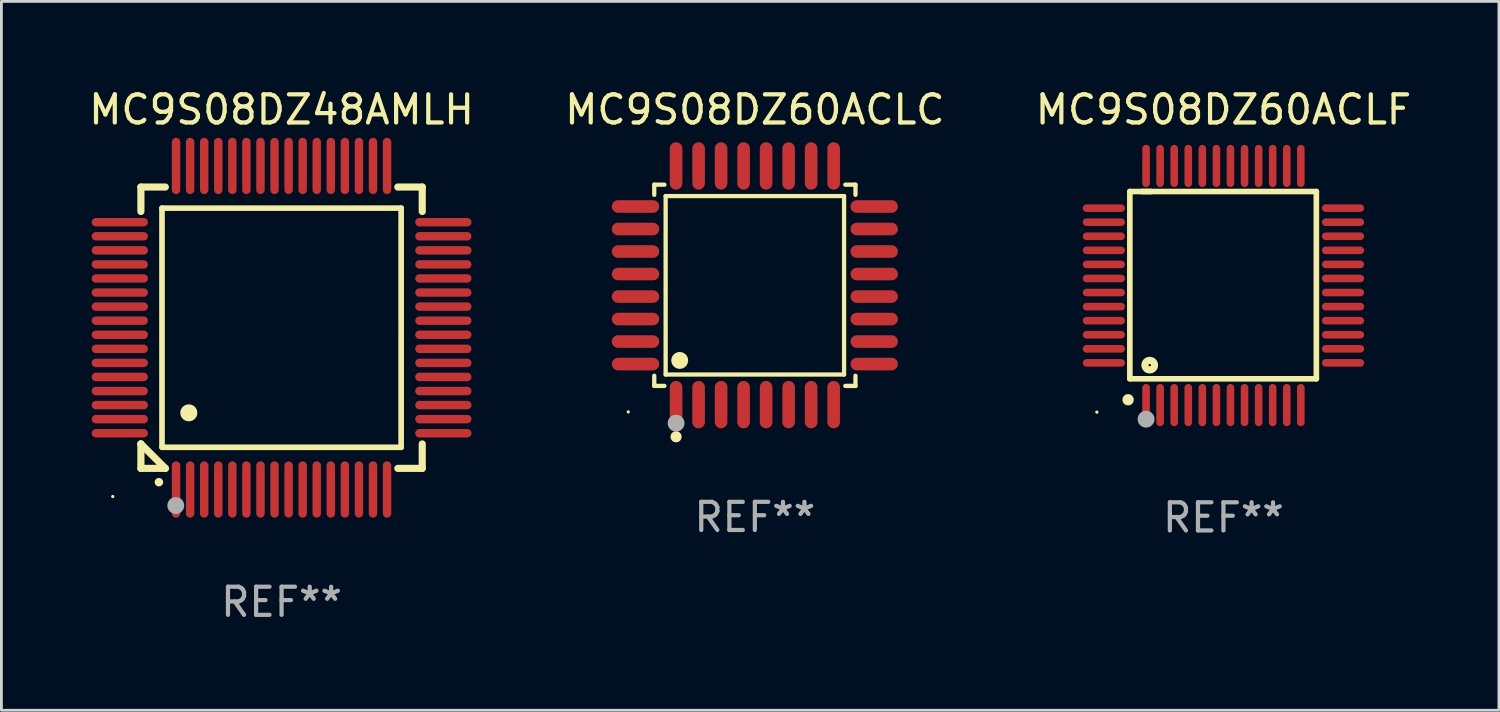
<source format=kicad_pcb>
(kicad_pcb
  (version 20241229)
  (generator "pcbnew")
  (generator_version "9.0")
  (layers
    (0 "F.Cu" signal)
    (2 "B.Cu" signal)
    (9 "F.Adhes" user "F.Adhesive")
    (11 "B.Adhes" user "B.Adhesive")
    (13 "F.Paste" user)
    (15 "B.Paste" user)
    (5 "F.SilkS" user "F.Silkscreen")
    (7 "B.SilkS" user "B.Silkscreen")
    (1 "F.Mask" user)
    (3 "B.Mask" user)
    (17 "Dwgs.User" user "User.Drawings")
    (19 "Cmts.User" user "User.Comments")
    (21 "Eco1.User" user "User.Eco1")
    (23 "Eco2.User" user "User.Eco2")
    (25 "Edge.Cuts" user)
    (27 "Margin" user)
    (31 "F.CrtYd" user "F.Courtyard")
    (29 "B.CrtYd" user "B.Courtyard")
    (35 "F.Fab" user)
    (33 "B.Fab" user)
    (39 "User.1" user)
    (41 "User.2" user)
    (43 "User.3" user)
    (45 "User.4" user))
  (footprint "MC9S08DZ48AMLH"
    (layer "F.Cu")
    (at 6.958 8.598)
    (property "Reference" "MC9S08DZ48AMLH" (at 0 -7.75 0) (layer "F.SilkS") (effects (font (size 1 1) (thickness 0.15))))
    (attr through_hole)
    (fp_line (start -5 -5) (end -4.131 -5) (stroke (width 0.254) (type solid)) (layer "F.SilkS"))
    (fp_line (start -5 -4.131) (end -5 -5) (stroke (width 0.254) (type solid)) (layer "F.SilkS"))
    (fp_line (start -5 4.131) (end -5 4.131) (stroke (width 0.254) (type solid)) (layer "F.SilkS"))
    (fp_line (start -5 5) (end -5 4.131) (stroke (width 0.254) (type solid)) (layer "F.SilkS"))
    (fp_line (start -5 4.131) (end -4.131 5) (stroke (width 0.254) (type solid)) (layer "F.SilkS"))
    (fp_line (start -4.25 -4.25) (end -4.25 4.25) (stroke (width 0.2) (type solid)) (layer "F.SilkS"))
    (fp_line (start -4.25 4.25) (end 4.25 4.25) (stroke (width 0.2) (type solid)) (layer "F.SilkS"))
    (fp_line (start -4.131 5) (end -5 5) (stroke (width 0.254) (type solid)) (layer "F.SilkS"))
    (fp_line (start 4.25 -4.25) (end -4.25 -4.25) (stroke (width 0.2) (type solid)) (layer "F.SilkS"))
    (fp_line (start 4.25 4.25) (end 4.25 -4.25) (stroke (width 0.2) (type solid)) (layer "F.SilkS"))
    (fp_line (start 5 -5) (end 4.131 -5) (stroke (width 0.254) (type solid)) (layer "F.SilkS"))
    (fp_line (start 5 -5) (end 5 -4.131) (stroke (width 0.254) (type solid)) (layer "F.SilkS"))
    (fp_line (start 5 4.131) (end 5 5) (stroke (width 0.254) (type solid)) (layer "F.SilkS"))
    (fp_line (start 5 5) (end 4.131 5) (stroke (width 0.254) (type solid)) (layer "F.SilkS"))
    (fp_arc (start -4.361265 5.489992) (mid -4.359995 5.489987) (end -4.358725 5.489992) (stroke (width 0.3) (type solid)) (layer "F.SilkS"))
    (fp_arc (start -3.299467 3.025146) (mid -3.296927 3.025135) (end -3.294387 3.025146) (stroke (width 0.6) (type solid)) (layer "F.SilkS"))
    (fp_circle (center -6 6) (end -5.97 6) (stroke (width 0.06) (type solid)) (fill no) (layer "F.SilkS"))
    (fp_circle (center -3.76 6.32) (end -3.61 6.32) (stroke (width 0.3) (type solid)) (fill no) (layer "F.Fab"))
    (fp_text user "REF**" (at 0 9.75 0) (layer "F.Fab") (effects (font (size 1 1) (thickness 0.15))))
    (pad "1" smd oval (at -3.75 5.75) (size 0.3 2) (layers "F.Cu" "F.Mask" "F.Paste"))
    (pad "2" smd oval (at -3.25 5.75) (size 0.3 2) (layers "F.Cu" "F.Mask" "F.Paste"))
    (pad "3" smd oval (at -2.75 5.75) (size 0.3 2) (layers "F.Cu" "F.Mask" "F.Paste"))
    (pad "4" smd oval (at -2.25 5.75) (size 0.3 2) (layers "F.Cu" "F.Mask" "F.Paste"))
    (pad "5" smd oval (at -1.75 5.75) (size 0.3 2) (layers "F.Cu" "F.Mask" "F.Paste"))
    (pad "6" smd oval (at -1.25 5.75) (size 0.3 2) (layers "F.Cu" "F.Mask" "F.Paste"))
    (pad "7" smd oval (at -0.75 5.75) (size 0.3 2) (layers "F.Cu" "F.Mask" "F.Paste"))
    (pad "8" smd oval (at -0.25 5.75) (size 0.3 2) (layers "F.Cu" "F.Mask" "F.Paste"))
    (pad "9" smd oval (at 0.25 5.75) (size 0.3 2) (layers "F.Cu" "F.Mask" "F.Paste"))
    (pad "10" smd oval (at 0.75 5.75) (size 0.3 2) (layers "F.Cu" "F.Mask" "F.Paste"))
    (pad "11" smd oval (at 1.25 5.75) (size 0.3 2) (layers "F.Cu" "F.Mask" "F.Paste"))
    (pad "12" smd oval (at 1.75 5.75) (size 0.3 2) (layers "F.Cu" "F.Mask" "F.Paste"))
    (pad "13" smd oval (at 2.25 5.75) (size 0.3 2) (layers "F.Cu" "F.Mask" "F.Paste"))
    (pad "14" smd oval (at 2.75 5.75) (size 0.3 2) (layers "F.Cu" "F.Mask" "F.Paste"))
    (pad "15" smd oval (at 3.25 5.75) (size 0.3 2) (layers "F.Cu" "F.Mask" "F.Paste"))
    (pad "16" smd oval (at 3.75 5.75) (size 0.3 2) (layers "F.Cu" "F.Mask" "F.Paste"))
    (pad "17" smd oval (at 5.75 3.75) (size 2 0.3) (layers "F.Cu" "F.Mask" "F.Paste"))
    (pad "18" smd oval (at 5.75 3.25) (size 2 0.3) (layers "F.Cu" "F.Mask" "F.Paste"))
    (pad "19" smd oval (at 5.75 2.75) (size 2 0.3) (layers "F.Cu" "F.Mask" "F.Paste"))
    (pad "20" smd oval (at 5.75 2.25) (size 2 0.3) (layers "F.Cu" "F.Mask" "F.Paste"))
    (pad "21" smd oval (at 5.75 1.75) (size 2 0.3) (layers "F.Cu" "F.Mask" "F.Paste"))
    (pad "22" smd oval (at 5.75 1.25) (size 2 0.3) (layers "F.Cu" "F.Mask" "F.Paste"))
    (pad "23" smd oval (at 5.75 0.75) (size 2 0.3) (layers "F.Cu" "F.Mask" "F.Paste"))
    (pad "24" smd oval (at 5.75 0.25) (size 2 0.3) (layers "F.Cu" "F.Mask" "F.Paste"))
    (pad "25" smd oval (at 5.75 -0.25) (size 2 0.3) (layers "F.Cu" "F.Mask" "F.Paste"))
    (pad "26" smd oval (at 5.75 -0.75) (size 2 0.3) (layers "F.Cu" "F.Mask" "F.Paste"))
    (pad "27" smd oval (at 5.75 -1.25) (size 2 0.3) (layers "F.Cu" "F.Mask" "F.Paste"))
    (pad "28" smd oval (at 5.75 -1.75) (size 2 0.3) (layers "F.Cu" "F.Mask" "F.Paste"))
    (pad "29" smd oval (at 5.75 -2.25) (size 2 0.3) (layers "F.Cu" "F.Mask" "F.Paste"))
    (pad "30" smd oval (at 5.75 -2.75) (size 2 0.3) (layers "F.Cu" "F.Mask" "F.Paste"))
    (pad "31" smd oval (at 5.75 -3.25) (size 2 0.3) (layers "F.Cu" "F.Mask" "F.Paste"))
    (pad "32" smd oval (at 5.75 -3.75) (size 2 0.3) (layers "F.Cu" "F.Mask" "F.Paste"))
    (pad "33" smd oval (at 3.75 -5.75) (size 0.3 2) (layers "F.Cu" "F.Mask" "F.Paste"))
    (pad "34" smd oval (at 3.25 -5.75) (size 0.3 2) (layers "F.Cu" "F.Mask" "F.Paste"))
    (pad "35" smd oval (at 2.75 -5.75) (size 0.3 2) (layers "F.Cu" "F.Mask" "F.Paste"))
    (pad "36" smd oval (at 2.25 -5.75) (size 0.3 2) (layers "F.Cu" "F.Mask" "F.Paste"))
    (pad "37" smd oval (at 1.75 -5.75) (size 0.3 2) (layers "F.Cu" "F.Mask" "F.Paste"))
    (pad "38" smd oval (at 1.25 -5.75) (size 0.3 2) (layers "F.Cu" "F.Mask" "F.Paste"))
    (pad "39" smd oval (at 0.75 -5.75) (size 0.3 2) (layers "F.Cu" "F.Mask" "F.Paste"))
    (pad "40" smd oval (at 0.25 -5.75) (size 0.3 2) (layers "F.Cu" "F.Mask" "F.Paste"))
    (pad "41" smd oval (at -0.25 -5.75) (size 0.3 2) (layers "F.Cu" "F.Mask" "F.Paste"))
    (pad "42" smd oval (at -0.75 -5.75) (size 0.3 2) (layers "F.Cu" "F.Mask" "F.Paste"))
    (pad "43" smd oval (at -1.25 -5.75) (size 0.3 2) (layers "F.Cu" "F.Mask" "F.Paste"))
    (pad "44" smd oval (at -1.75 -5.75) (size 0.3 2) (layers "F.Cu" "F.Mask" "F.Paste"))
    (pad "45" smd oval (at -2.25 -5.75) (size 0.3 2) (layers "F.Cu" "F.Mask" "F.Paste"))
    (pad "46" smd oval (at -2.75 -5.75) (size 0.3 2) (layers "F.Cu" "F.Mask" "F.Paste"))
    (pad "47" smd oval (at -3.25 -5.75) (size 0.3 2) (layers "F.Cu" "F.Mask" "F.Paste"))
    (pad "48" smd oval (at -3.75 -5.75) (size 0.3 2) (layers "F.Cu" "F.Mask" "F.Paste"))
    (pad "49" smd oval (at -5.75 -3.75) (size 2 0.3) (layers "F.Cu" "F.Mask" "F.Paste"))
    (pad "50" smd oval (at -5.75 -3.25) (size 2 0.3) (layers "F.Cu" "F.Mask" "F.Paste"))
    (pad "51" smd oval (at -5.75 -2.75) (size 2 0.3) (layers "F.Cu" "F.Mask" "F.Paste"))
    (pad "52" smd oval (at -5.75 -2.25) (size 2 0.3) (layers "F.Cu" "F.Mask" "F.Paste"))
    (pad "53" smd oval (at -5.75 -1.75) (size 2 0.3) (layers "F.Cu" "F.Mask" "F.Paste"))
    (pad "54" smd oval (at -5.75 -1.25) (size 2 0.3) (layers "F.Cu" "F.Mask" "F.Paste"))
    (pad "55" smd oval (at -5.75 -0.75) (size 2 0.3) (layers "F.Cu" "F.Mask" "F.Paste"))
    (pad "56" smd oval (at -5.75 -0.25) (size 2 0.3) (layers "F.Cu" "F.Mask" "F.Paste"))
    (pad "57" smd oval (at -5.75 0.25) (size 2 0.3) (layers "F.Cu" "F.Mask" "F.Paste"))
    (pad "58" smd oval (at -5.75 0.75) (size 2 0.3) (layers "F.Cu" "F.Mask" "F.Paste"))
    (pad "59" smd oval (at -5.75 1.25) (size 2 0.3) (layers "F.Cu" "F.Mask" "F.Paste"))
    (pad "60" smd oval (at -5.75 1.75) (size 2 0.3) (layers "F.Cu" "F.Mask" "F.Paste"))
    (pad "61" smd oval (at -5.75 2.25) (size 2 0.3) (layers "F.Cu" "F.Mask" "F.Paste"))
    (pad "62" smd oval (at -5.75 2.75) (size 2 0.3) (layers "F.Cu" "F.Mask" "F.Paste"))
    (pad "63" smd oval (at -5.75 3.25) (size 2 0.3) (layers "F.Cu" "F.Mask" "F.Paste"))
    (pad "64" smd oval (at -5.75 3.75) (size 2 0.3) (layers "F.Cu" "F.Mask" "F.Paste")))
  (footprint "MC9S08DZ60ACLC"
    (layer "F.Cu")
    (at 23.78 7.09)
    (property "Reference" "MC9S08DZ60ACLC" (at 0 -6.242 0) (layer "F.SilkS") (effects (font (size 1 1) (thickness 0.15))))
    (attr through_hole)
    (fp_line (start -3.576 -3.576) (end -3.215 -3.576) (stroke (width 0.152) (type solid)) (layer "F.SilkS"))
    (fp_line (start -3.576 -3.215) (end -3.576 -3.576) (stroke (width 0.152) (type solid)) (layer "F.SilkS"))
    (fp_line (start -3.576 3.215) (end -3.576 3.576) (stroke (width 0.152) (type solid)) (layer "F.SilkS"))
    (fp_line (start -3.576 3.576) (end -3.215 3.576) (stroke (width 0.152) (type solid)) (layer "F.SilkS"))
    (fp_line (start -3.171 -3.171) (end 3.171 -3.171) (stroke (width 0.152) (type solid)) (layer "F.SilkS"))
    (fp_line (start -3.171 3.171) (end -3.171 -3.171) (stroke (width 0.152) (type solid)) (layer "F.SilkS"))
    (fp_line (start 3.171 -3.171) (end 3.171 3.171) (stroke (width 0.152) (type solid)) (layer "F.SilkS"))
    (fp_line (start 3.171 3.171) (end -3.171 3.171) (stroke (width 0.152) (type solid)) (layer "F.SilkS"))
    (fp_line (start 3.576 -3.576) (end 3.215 -3.576) (stroke (width 0.152) (type solid)) (layer "F.SilkS"))
    (fp_line (start 3.576 -3.215) (end 3.576 -3.576) (stroke (width 0.152) (type solid)) (layer "F.SilkS"))
    (fp_line (start 3.576 3.215) (end 3.576 3.576) (stroke (width 0.152) (type solid)) (layer "F.SilkS"))
    (fp_line (start 3.576 3.576) (end 3.215 3.576) (stroke (width 0.152) (type solid)) (layer "F.SilkS"))
    (fp_circle (center -4.5 4.5) (end -4.47 4.5) (stroke (width 0.06) (type solid)) (fill no) (layer "F.SilkS"))
    (fp_circle (center -2.8 5.384) (end -2.7 5.384) (stroke (width 0.2) (type solid)) (fill no) (layer "F.SilkS"))
    (fp_circle (center -2.671 2.671) (end -2.521 2.671) (stroke (width 0.3) (type solid)) (fill no) (layer "F.SilkS"))
    (fp_circle (center -2.8 4.9) (end -2.65 4.9) (stroke (width 0.3) (type solid)) (fill no) (layer "F.Fab"))
    (fp_text user "REF**" (at 0 8.242 0) (layer "F.Fab") (effects (font (size 1 1) (thickness 0.15))))
    (pad "1" smd oval (at -2.8 4.242) (size 0.448 1.684) (layers "F.Cu" "F.Mask" "F.Paste"))
    (pad "2" smd oval (at -2 4.242) (size 0.448 1.684) (layers "F.Cu" "F.Mask" "F.Paste"))
    (pad "3" smd oval (at -1.2 4.242) (size 0.448 1.684) (layers "F.Cu" "F.Mask" "F.Paste"))
    (pad "4" smd oval (at -0.4 4.242) (size 0.448 1.684) (layers "F.Cu" "F.Mask" "F.Paste"))
    (pad "5" smd oval (at 0.4 4.242) (size 0.448 1.684) (layers "F.Cu" "F.Mask" "F.Paste"))
    (pad "6" smd oval (at 1.2 4.242) (size 0.448 1.684) (layers "F.Cu" "F.Mask" "F.Paste"))
    (pad "7" smd oval (at 2 4.242) (size 0.448 1.684) (layers "F.Cu" "F.Mask" "F.Paste"))
    (pad "8" smd oval (at 2.8 4.242) (size 0.448 1.684) (layers "F.Cu" "F.Mask" "F.Paste"))
    (pad "9" smd oval (at 4.242 2.8) (size 1.684 0.448) (layers "F.Cu" "F.Mask" "F.Paste"))
    (pad "10" smd oval (at 4.242 2) (size 1.684 0.448) (layers "F.Cu" "F.Mask" "F.Paste"))
    (pad "11" smd oval (at 4.242 1.2) (size 1.684 0.448) (layers "F.Cu" "F.Mask" "F.Paste"))
    (pad "12" smd oval (at 4.242 0.4) (size 1.684 0.448) (layers "F.Cu" "F.Mask" "F.Paste"))
    (pad "13" smd oval (at 4.242 -0.4) (size 1.684 0.448) (layers "F.Cu" "F.Mask" "F.Paste"))
    (pad "14" smd oval (at 4.242 -1.2) (size 1.684 0.448) (layers "F.Cu" "F.Mask" "F.Paste"))
    (pad "15" smd oval (at 4.242 -2) (size 1.684 0.448) (layers "F.Cu" "F.Mask" "F.Paste"))
    (pad "16" smd oval (at 4.242 -2.8) (size 1.684 0.448) (layers "F.Cu" "F.Mask" "F.Paste"))
    (pad "17" smd oval (at 2.8 -4.242) (size 0.448 1.684) (layers "F.Cu" "F.Mask" "F.Paste"))
    (pad "18" smd oval (at 2 -4.242) (size 0.448 1.684) (layers "F.Cu" "F.Mask" "F.Paste"))
    (pad "19" smd oval (at 1.2 -4.242) (size 0.448 1.684) (layers "F.Cu" "F.Mask" "F.Paste"))
    (pad "20" smd oval (at 0.4 -4.242) (size 0.448 1.684) (layers "F.Cu" "F.Mask" "F.Paste"))
    (pad "21" smd oval (at -0.4 -4.242) (size 0.448 1.684) (layers "F.Cu" "F.Mask" "F.Paste"))
    (pad "22" smd oval (at -1.2 -4.242) (size 0.448 1.684) (layers "F.Cu" "F.Mask" "F.Paste"))
    (pad "23" smd oval (at -2 -4.242) (size 0.448 1.684) (layers "F.Cu" "F.Mask" "F.Paste"))
    (pad "24" smd oval (at -2.8 -4.242) (size 0.448 1.684) (layers "F.Cu" "F.Mask" "F.Paste"))
    (pad "25" smd oval (at -4.242 -2.8) (size 1.684 0.448) (layers "F.Cu" "F.Mask" "F.Paste"))
    (pad "26" smd oval (at -4.242 -2) (size 1.684 0.448) (layers "F.Cu" "F.Mask" "F.Paste"))
    (pad "27" smd oval (at -4.242 -1.2) (size 1.684 0.448) (layers "F.Cu" "F.Mask" "F.Paste"))
    (pad "28" smd oval (at -4.242 -0.4) (size 1.684 0.448) (layers "F.Cu" "F.Mask" "F.Paste"))
    (pad "29" smd oval (at -4.242 0.4) (size 1.684 0.448) (layers "F.Cu" "F.Mask" "F.Paste"))
    (pad "30" smd oval (at -4.242 1.2) (size 1.684 0.448) (layers "F.Cu" "F.Mask" "F.Paste"))
    (pad "31" smd oval (at -4.242 2) (size 1.684 0.448) (layers "F.Cu" "F.Mask" "F.Paste"))
    (pad "32" smd oval (at -4.242 2.8) (size 1.684 0.448) (layers "F.Cu" "F.Mask" "F.Paste")))
  (footprint "MC9S08DZ60ACLF"
    (layer "F.Cu")
    (at 40.435 7.098)
    (property "Reference" "MC9S08DZ60ACLF" (at 0 -6.25 0) (layer "F.SilkS") (effects (font (size 1 1) (thickness 0.15))))
    (attr through_hole)
    (fp_line (start -3.327 -3.34) (end -2.565 -3.34) (stroke (width 0.2) (type solid)) (layer "F.SilkS"))
    (fp_line (start -3.327 3.315) (end -3.327 -3.34) (stroke (width 0.2) (type solid)) (layer "F.SilkS"))
    (fp_line (start -2.896 -3.34) (end 3.302 -3.34) (stroke (width 0.2) (type solid)) (layer "F.SilkS"))
    (fp_line (start 3.302 -3.34) (end 3.302 3.315) (stroke (width 0.2) (type solid)) (layer "F.SilkS"))
    (fp_line (start 3.302 3.315) (end -3.327 3.315) (stroke (width 0.2) (type solid)) (layer "F.SilkS"))
    (fp_arc (start -3.389992 4.059995) (mid -3.388722 4.059991) (end -3.387452 4.059995) (stroke (width 0.4) (type solid)) (layer "F.SilkS"))
    (fp_circle (center -4.5 4.5) (end -4.47 4.5) (stroke (width 0.06) (type solid)) (fill no) (layer "F.SilkS"))
    (fp_circle (center -2.62 2.83) (end -2.45 2.83) (stroke (width 0.254) (type solid)) (fill no) (layer "F.SilkS"))
    (fp_circle (center -2.75 4.75) (end -2.6 4.75) (stroke (width 0.3) (type solid)) (fill no) (layer "F.Fab"))
    (fp_text user "REF**" (at 0 8.25 0) (layer "F.Fab") (effects (font (size 1 1) (thickness 0.15))))
    (pad "1" smd oval (at -2.75 4.25) (size 0.27 1.5) (layers "F.Cu" "F.Mask" "F.Paste"))
    (pad "2" smd oval (at -2.25 4.25) (size 0.27 1.5) (layers "F.Cu" "F.Mask" "F.Paste"))
    (pad "3" smd oval (at -1.75 4.25) (size 0.27 1.5) (layers "F.Cu" "F.Mask" "F.Paste"))
    (pad "4" smd oval (at -1.25 4.25) (size 0.27 1.5) (layers "F.Cu" "F.Mask" "F.Paste"))
    (pad "5" smd oval (at -0.75 4.25) (size 0.27 1.5) (layers "F.Cu" "F.Mask" "F.Paste"))
    (pad "6" smd oval (at -0.25 4.25) (size 0.27 1.5) (layers "F.Cu" "F.Mask" "F.Paste"))
    (pad "7" smd oval (at 0.25 4.25) (size 0.27 1.5) (layers "F.Cu" "F.Mask" "F.Paste"))
    (pad "8" smd oval (at 0.75 4.25) (size 0.27 1.5) (layers "F.Cu" "F.Mask" "F.Paste"))
    (pad "9" smd oval (at 1.25 4.25) (size 0.27 1.5) (layers "F.Cu" "F.Mask" "F.Paste"))
    (pad "10" smd oval (at 1.75 4.25) (size 0.27 1.5) (layers "F.Cu" "F.Mask" "F.Paste"))
    (pad "11" smd oval (at 2.25 4.25) (size 0.27 1.5) (layers "F.Cu" "F.Mask" "F.Paste"))
    (pad "12" smd oval (at 2.75 4.25) (size 0.27 1.5) (layers "F.Cu" "F.Mask" "F.Paste"))
    (pad "13" smd oval (at 4.25 2.75) (size 1.5 0.27) (layers "F.Cu" "F.Mask" "F.Paste"))
    (pad "14" smd oval (at 4.25 2.25) (size 1.5 0.27) (layers "F.Cu" "F.Mask" "F.Paste"))
    (pad "15" smd oval (at 4.25 1.75) (size 1.5 0.27) (layers "F.Cu" "F.Mask" "F.Paste"))
    (pad "16" smd oval (at 4.25 1.25) (size 1.5 0.27) (layers "F.Cu" "F.Mask" "F.Paste"))
    (pad "17" smd oval (at 4.25 0.75) (size 1.5 0.27) (layers "F.Cu" "F.Mask" "F.Paste"))
    (pad "18" smd oval (at 4.25 0.25) (size 1.5 0.27) (layers "F.Cu" "F.Mask" "F.Paste"))
    (pad "19" smd oval (at 4.25 -0.25) (size 1.5 0.27) (layers "F.Cu" "F.Mask" "F.Paste"))
    (pad "20" smd oval (at 4.25 -0.75) (size 1.5 0.27) (layers "F.Cu" "F.Mask" "F.Paste"))
    (pad "21" smd oval (at 4.25 -1.25) (size 1.5 0.27) (layers "F.Cu" "F.Mask" "F.Paste"))
    (pad "22" smd oval (at 4.25 -1.75) (size 1.5 0.27) (layers "F.Cu" "F.Mask" "F.Paste"))
    (pad "23" smd oval (at 4.25 -2.25) (size 1.5 0.27) (layers "F.Cu" "F.Mask" "F.Paste"))
    (pad "24" smd oval (at 4.25 -2.75) (size 1.5 0.27) (layers "F.Cu" "F.Mask" "F.Paste"))
    (pad "25" smd oval (at 2.75 -4.25) (size 0.27 1.5) (layers "F.Cu" "F.Mask" "F.Paste"))
    (pad "26" smd oval (at 2.25 -4.25) (size 0.27 1.5) (layers "F.Cu" "F.Mask" "F.Paste"))
    (pad "27" smd oval (at 1.75 -4.25) (size 0.27 1.5) (layers "F.Cu" "F.Mask" "F.Paste"))
    (pad "28" smd oval (at 1.25 -4.25) (size 0.27 1.5) (layers "F.Cu" "F.Mask" "F.Paste"))
    (pad "29" smd oval (at 0.75 -4.25) (size 0.27 1.5) (layers "F.Cu" "F.Mask" "F.Paste"))
    (pad "30" smd oval (at 0.25 -4.25) (size 0.27 1.5) (layers "F.Cu" "F.Mask" "F.Paste"))
    (pad "31" smd oval (at -0.25 -4.25) (size 0.27 1.5) (layers "F.Cu" "F.Mask" "F.Paste"))
    (pad "32" smd oval (at -0.75 -4.25) (size 0.27 1.5) (layers "F.Cu" "F.Mask" "F.Paste"))
    (pad "33" smd oval (at -1.25 -4.25) (size 0.27 1.5) (layers "F.Cu" "F.Mask" "F.Paste"))
    (pad "34" smd oval (at -1.75 -4.25) (size 0.27 1.5) (layers "F.Cu" "F.Mask" "F.Paste"))
    (pad "35" smd oval (at -2.25 -4.25) (size 0.27 1.5) (layers "F.Cu" "F.Mask" "F.Paste"))
    (pad "36" smd oval (at -2.75 -4.25) (size 0.27 1.5) (layers "F.Cu" "F.Mask" "F.Paste"))
    (pad "37" smd oval (at -4.25 -2.75) (size 1.5 0.27) (layers "F.Cu" "F.Mask" "F.Paste"))
    (pad "38" smd oval (at -4.25 -2.25) (size 1.5 0.27) (layers "F.Cu" "F.Mask" "F.Paste"))
    (pad "39" smd oval (at -4.25 -1.75) (size 1.5 0.27) (layers "F.Cu" "F.Mask" "F.Paste"))
    (pad "40" smd oval (at -4.25 -1.25) (size 1.5 0.27) (layers "F.Cu" "F.Mask" "F.Paste"))
    (pad "41" smd oval (at -4.25 -0.75) (size 1.5 0.27) (layers "F.Cu" "F.Mask" "F.Paste"))
    (pad "42" smd oval (at -4.25 -0.25) (size 1.5 0.27) (layers "F.Cu" "F.Mask" "F.Paste"))
    (pad "43" smd oval (at -4.25 0.25) (size 1.5 0.27) (layers "F.Cu" "F.Mask" "F.Paste"))
    (pad "44" smd oval (at -4.25 0.75) (size 1.5 0.27) (layers "F.Cu" "F.Mask" "F.Paste"))
    (pad "45" smd oval (at -4.25 1.25) (size 1.5 0.27) (layers "F.Cu" "F.Mask" "F.Paste"))
    (pad "46" smd oval (at -4.25 1.75) (size 1.5 0.27) (layers "F.Cu" "F.Mask" "F.Paste"))
    (pad "47" smd oval (at -4.25 2.25) (size 1.5 0.27) (layers "F.Cu" "F.Mask" "F.Paste"))
    (pad "48" smd oval (at -4.25 2.75) (size 1.5 0.27) (layers "F.Cu" "F.Mask" "F.Paste")))
  (gr_rect
    (start -3 -3)
    (end 50.226 22.196)
    (stroke (width 0.1) (type default))
    (fill no)
    (layer "Edge.Cuts")))
</source>
